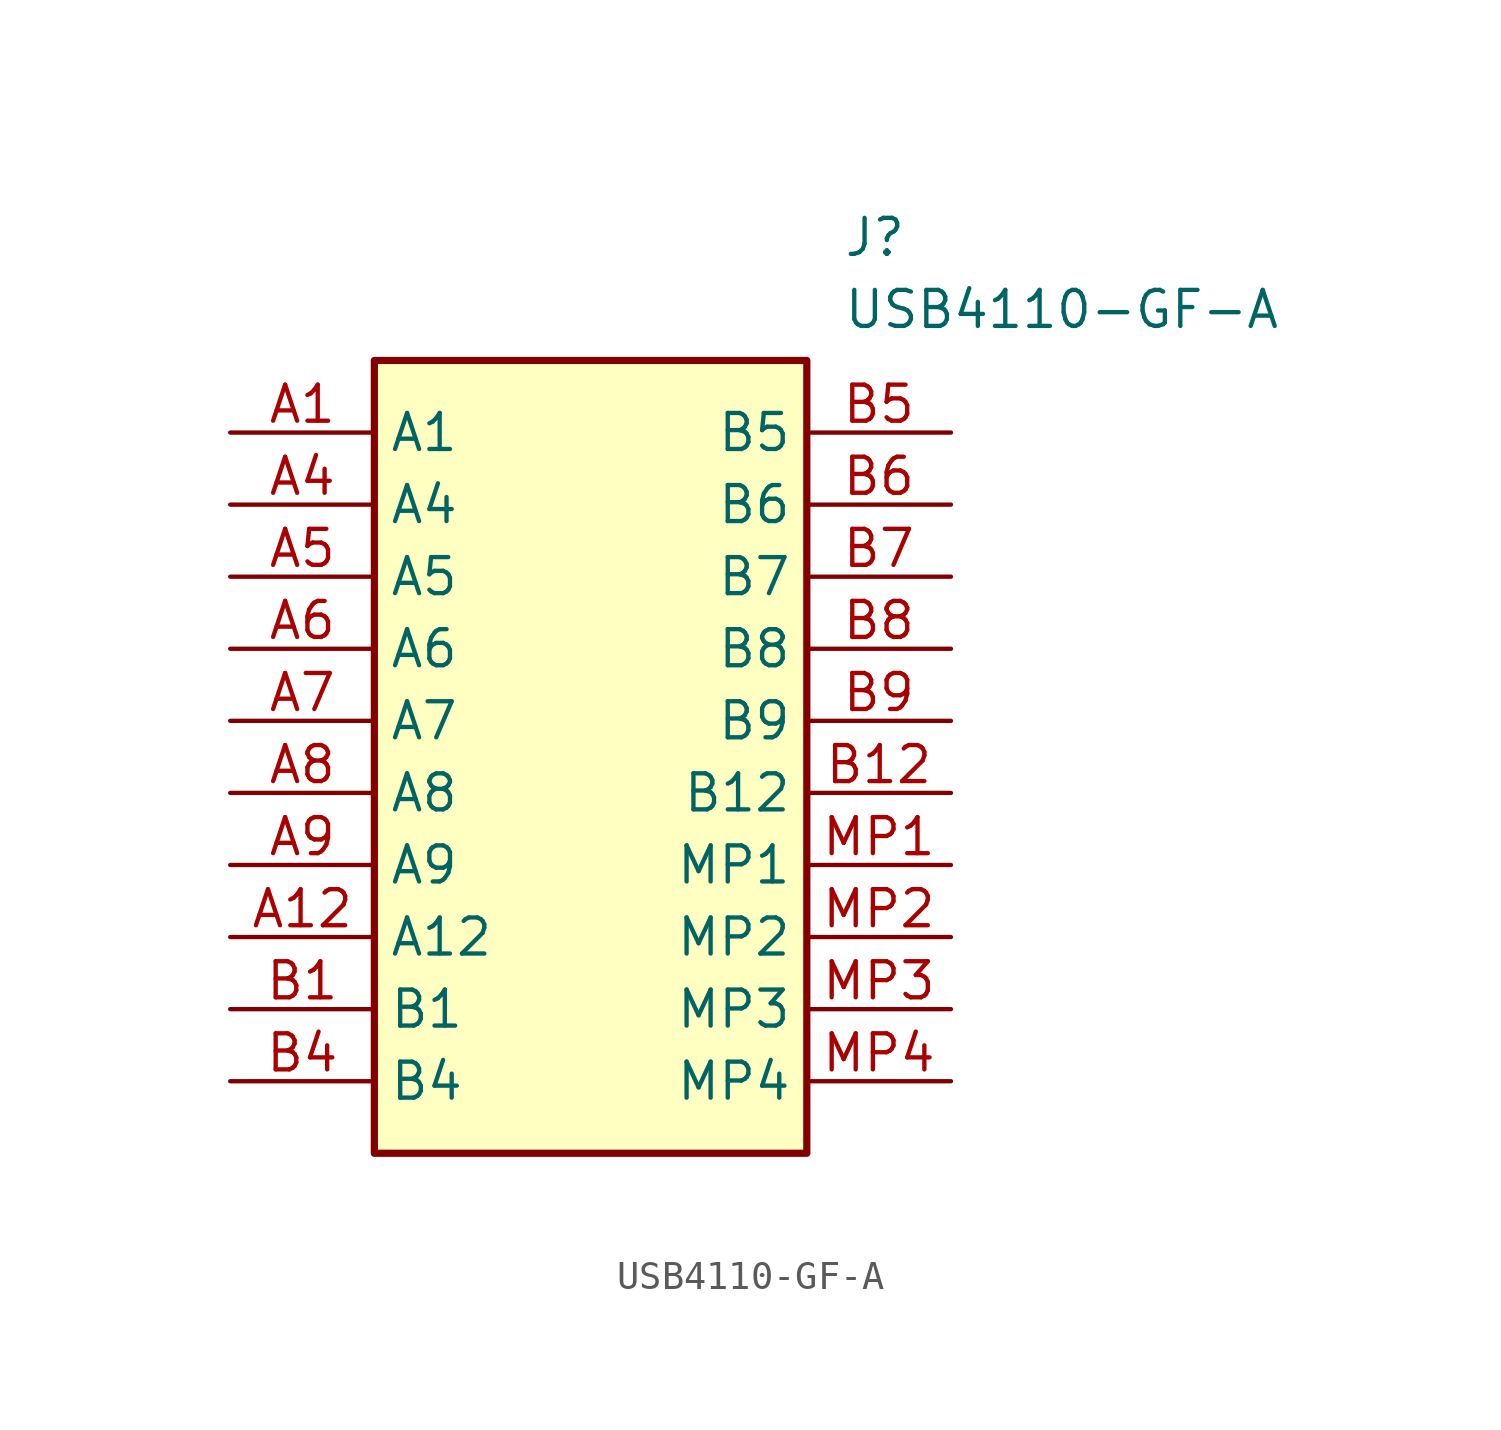
<source format=kicad_sym>
(kicad_symbol_lib
  (version 20241209)
  (generator "kicad_symbol_editor")
  (generator_version "9.0")
  (symbol "USB4110-GF-A"
    (property "Reference" "J"
      (at 21.59 7.62 0)
      (effects (font (size 1.27 1.27)) (justify left top)))
    (property "Value" "USB4110-GF-A"
      (at 21.59 5.08 0)
      (effects (font (size 1.27 1.27)) (justify left top)))
    (symbol "USB4110-GF-A_1_1"
      (rectangle (start 5.08 2.54) (end 20.32 -25.4) (stroke (width 0.254) (type default)) (fill (type background)))
      (pin passive line (at 0 0 0) (length 5.08) (name "A1" (effects (font (size 1.27 1.27)))) (number "A1" (effects (font (size 1.27 1.27)))))
      (pin passive line (at 0 -2.54 0) (length 5.08) (name "A4" (effects (font (size 1.27 1.27)))) (number "A4" (effects (font (size 1.27 1.27)))))
      (pin passive line (at 0 -5.08 0) (length 5.08) (name "A5" (effects (font (size 1.27 1.27)))) (number "A5" (effects (font (size 1.27 1.27)))))
      (pin passive line (at 0 -7.62 0) (length 5.08) (name "A6" (effects (font (size 1.27 1.27)))) (number "A6" (effects (font (size 1.27 1.27)))))
      (pin passive line (at 0 -10.16 0) (length 5.08) (name "A7" (effects (font (size 1.27 1.27)))) (number "A7" (effects (font (size 1.27 1.27)))))
      (pin passive line (at 0 -12.7 0) (length 5.08) (name "A8" (effects (font (size 1.27 1.27)))) (number "A8" (effects (font (size 1.27 1.27)))))
      (pin passive line (at 0 -15.24 0) (length 5.08) (name "A9" (effects (font (size 1.27 1.27)))) (number "A9" (effects (font (size 1.27 1.27)))))
      (pin passive line (at 0 -17.78 0) (length 5.08) (name "A12" (effects (font (size 1.27 1.27)))) (number "A12" (effects (font (size 1.27 1.27)))))
      (pin passive line (at 0 -20.32 0) (length 5.08) (name "B1" (effects (font (size 1.27 1.27)))) (number "B1" (effects (font (size 1.27 1.27)))))
      (pin passive line (at 0 -22.86 0) (length 5.08) (name "B4" (effects (font (size 1.27 1.27)))) (number "B4" (effects (font (size 1.27 1.27)))))
      (pin passive line (at 25.4 0 180) (length 5.08) (name "B5" (effects (font (size 1.27 1.27)))) (number "B5" (effects (font (size 1.27 1.27)))))
      (pin passive line (at 25.4 -2.54 180) (length 5.08) (name "B6" (effects (font (size 1.27 1.27)))) (number "B6" (effects (font (size 1.27 1.27)))))
      (pin passive line (at 25.4 -5.08 180) (length 5.08) (name "B7" (effects (font (size 1.27 1.27)))) (number "B7" (effects (font (size 1.27 1.27)))))
      (pin passive line (at 25.4 -7.62 180) (length 5.08) (name "B8" (effects (font (size 1.27 1.27)))) (number "B8" (effects (font (size 1.27 1.27)))))
      (pin passive line (at 25.4 -10.16 180) (length 5.08) (name "B9" (effects (font (size 1.27 1.27)))) (number "B9" (effects (font (size 1.27 1.27)))))
      (pin passive line (at 25.4 -12.7 180) (length 5.08) (name "B12" (effects (font (size 1.27 1.27)))) (number "B12" (effects (font (size 1.27 1.27)))))
      (pin passive line (at 25.4 -15.24 180) (length 5.08) (name "MP1" (effects (font (size 1.27 1.27)))) (number "MP1" (effects (font (size 1.27 1.27)))))
      (pin passive line (at 25.4 -17.78 180) (length 5.08) (name "MP2" (effects (font (size 1.27 1.27)))) (number "MP2" (effects (font (size 1.27 1.27)))))
      (pin passive line (at 25.4 -20.32 180) (length 5.08) (name "MP3" (effects (font (size 1.27 1.27)))) (number "MP3" (effects (font (size 1.27 1.27)))))
      (pin passive line (at 25.4 -22.86 180) (length 5.08) (name "MP4" (effects (font (size 1.27 1.27)))) (number "MP4" (effects (font (size 1.27 1.27))))))))
</source>
